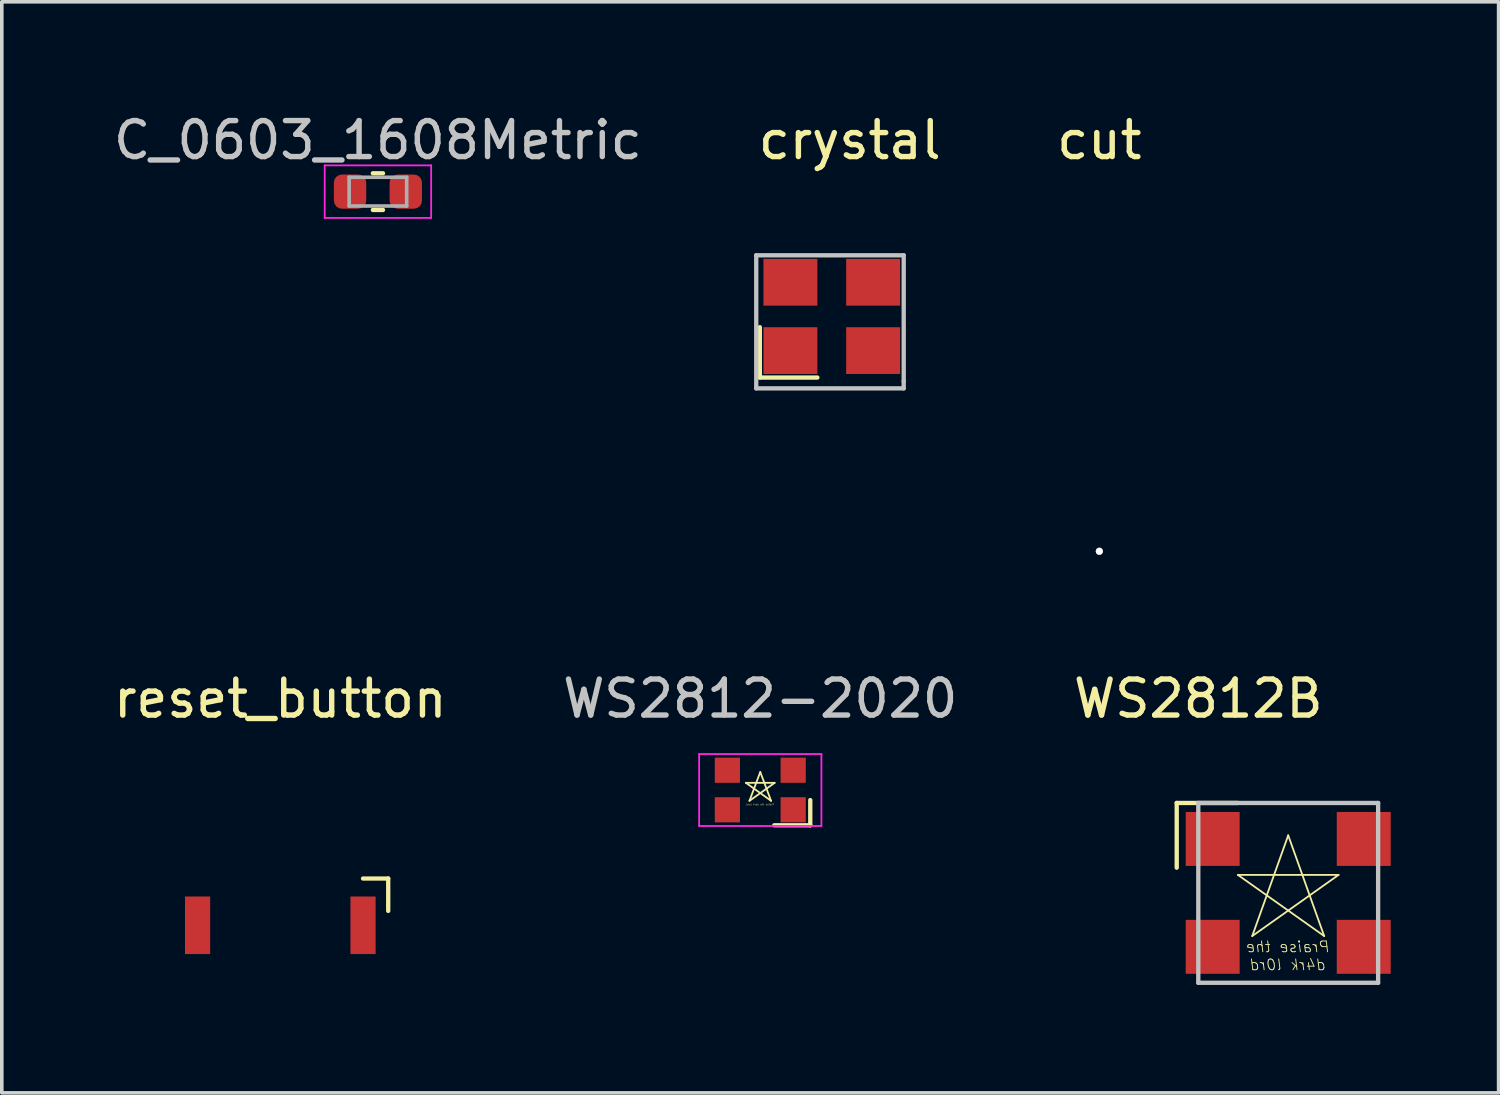
<source format=kicad_pcb>
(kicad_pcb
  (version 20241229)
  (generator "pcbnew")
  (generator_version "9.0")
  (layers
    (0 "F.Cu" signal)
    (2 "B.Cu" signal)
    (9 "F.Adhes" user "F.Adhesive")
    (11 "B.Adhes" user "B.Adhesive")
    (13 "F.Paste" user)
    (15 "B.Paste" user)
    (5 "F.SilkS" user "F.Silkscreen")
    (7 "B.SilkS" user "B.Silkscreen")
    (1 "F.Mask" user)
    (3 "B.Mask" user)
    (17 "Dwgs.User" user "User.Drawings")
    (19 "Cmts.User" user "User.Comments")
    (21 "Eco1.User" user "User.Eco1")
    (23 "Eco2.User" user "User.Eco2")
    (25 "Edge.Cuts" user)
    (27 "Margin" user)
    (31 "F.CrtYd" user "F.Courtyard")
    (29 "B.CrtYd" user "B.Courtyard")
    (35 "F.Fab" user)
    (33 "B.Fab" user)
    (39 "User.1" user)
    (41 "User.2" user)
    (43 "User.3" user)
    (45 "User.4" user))
  (footprint "C_0603_1608Metric"
    (layer "F.Cu")
    (at 7.458 2.278)
    (property "Reference" "C_0603_1608Metric" (at 0 -1.43 0) (layer "Dwgs.User") (effects (font (size 1 1) (thickness 0.15))))
    (attr smd)
    (fp_line (start -0.141 -0.51) (end 0.141 -0.51) (stroke (width 0.12) (type solid)) (layer "F.SilkS"))
    (fp_line (start -0.141 0.51) (end 0.141 0.51) (stroke (width 0.12) (type solid)) (layer "F.SilkS"))
    (fp_line (start -1.48 -0.73) (end 1.48 -0.73) (stroke (width 0.05) (type solid)) (layer "F.CrtYd"))
    (fp_line (start -1.48 0.73) (end -1.48 -0.73) (stroke (width 0.05) (type solid)) (layer "F.CrtYd"))
    (fp_line (start 1.48 -0.73) (end 1.48 0.73) (stroke (width 0.05) (type solid)) (layer "F.CrtYd"))
    (fp_line (start 1.48 0.73) (end -1.48 0.73) (stroke (width 0.05) (type solid)) (layer "F.CrtYd"))
    (fp_line (start -0.8 -0.4) (end 0.8 -0.4) (stroke (width 0.1) (type solid)) (layer "F.Fab"))
    (fp_line (start -0.8 0.4) (end -0.8 -0.4) (stroke (width 0.1) (type solid)) (layer "F.Fab"))
    (fp_line (start 0.8 -0.4) (end 0.8 0.4) (stroke (width 0.1) (type solid)) (layer "F.Fab"))
    (fp_line (start 0.8 0.4) (end -0.8 0.4) (stroke (width 0.1) (type solid)) (layer "F.Fab"))
    (pad "1" smd roundrect (at -0.775 0) (size 0.9 0.95) (layers "F.Cu" "F.Mask" "F.Paste") (roundrect_rratio 0.25))
    (pad "2" smd roundrect (at 0.775 0) (size 0.9 0.95) (layers "F.Cu" "F.Mask" "F.Paste") (roundrect_rratio 0.25)))
  (footprint "WS2812-2020"
    (layer "F.Cu")
    (at 18.089 18.916)
    (property "Reference" "WS2812-2020" (at 0 -2.54 0) (layer "Dwgs.User") (effects (font (size 1 1) (thickness 0.15))))
    (attr through_hole)
    (fp_line (start -0.4 -0.2) (end 0.3 0.3) (stroke (width 0.05) (type solid)) (layer "F.SilkS"))
    (fp_line (start -0.3 0.3) (end 0.4 -0.2) (stroke (width 0.05) (type solid)) (layer "F.SilkS"))
    (fp_line (start 0 -0.5) (end -0.3 0.3) (stroke (width 0.05) (type solid)) (layer "F.SilkS"))
    (fp_line (start 0.3 0.3) (end 0 -0.5) (stroke (width 0.05) (type solid)) (layer "F.SilkS"))
    (fp_line (start 0.4 -0.2) (end -0.4 -0.2) (stroke (width 0.05) (type solid)) (layer "F.SilkS"))
    (fp_line (start 1.39 0.28) (end 1.39 0.98) (stroke (width 0.12) (type solid)) (layer "F.SilkS"))
    (fp_line (start 1.39 0.98) (end 0.39 0.98) (stroke (width 0.12) (type solid)) (layer "F.SilkS"))
    (fp_line (start -1.7 -1) (end 1.7 -1) (stroke (width 0.05) (type solid)) (layer "F.CrtYd"))
    (fp_line (start -1.7 1) (end -1.7 -1) (stroke (width 0.05) (type solid)) (layer "F.CrtYd"))
    (fp_line (start 0 1) (end -1.7 1) (stroke (width 0.05) (type solid)) (layer "F.CrtYd"))
    (fp_line (start 1.7 -1) (end 1.7 1) (stroke (width 0.05) (type solid)) (layer "F.CrtYd"))
    (fp_line (start 1.7 1) (end 0 1) (stroke (width 0.05) (type solid)) (layer "F.CrtYd"))
    (fp_text user "Praise the dark lord" (at 0 0.4 0) (layer "F.SilkS") (effects (font (size 0.05 0.05) (thickness 0.005) (italic yes)) (justify mirror)))
    (pad "1" smd rect (at 0.915 0.55) (size 0.7 0.7) (layers "F.Cu" "F.Mask" "F.Paste"))
    (pad "2" smd rect (at 0.915 -0.55) (size 0.7 0.7) (layers "F.Cu" "F.Mask" "F.Paste"))
    (pad "3" smd rect (at -0.915 -0.55) (size 0.7 0.7) (layers "F.Cu" "F.Mask" "F.Paste"))
    (pad "4" smd rect (at -0.915 0.55) (size 0.7 0.7) (layers "F.Cu" "F.Mask" "F.Paste")))
  (footprint "crystal"
    (layer "F.Cu")
    (at 20.077 5.748)
    (property "Reference" "crystal" (at 0.5 -4.9 0) (layer "F.SilkS") (effects (font (size 1 1) (thickness 0.15))))
    (attr through_hole)
    (fp_line (start -2 0.3) (end -2 1.7) (stroke (width 0.12) (type solid)) (layer "F.SilkS"))
    (fp_line (start -2 1.7) (end -0.4 1.7) (stroke (width 0.12) (type solid)) (layer "F.SilkS"))
    (fp_line (start -2.1 -1.7) (end 2 -1.7) (stroke (width 0.12) (type solid)) (layer "Dwgs.User"))
    (fp_line (start -2.1 2) (end -2.1 -1.7) (stroke (width 0.12) (type solid)) (layer "Dwgs.User"))
    (fp_line (start 2 -1.7) (end 2 1.8) (stroke (width 0.12) (type solid)) (layer "Dwgs.User"))
    (fp_line (start 2 1.8) (end 2 2) (stroke (width 0.12) (type solid)) (layer "Dwgs.User"))
    (fp_line (start 2 2) (end -2.1 2) (stroke (width 0.12) (type solid)) (layer "Dwgs.User"))
    (pad "1" smd rect (at -1.15 0.95) (size 1.5 1.3) (layers "F.Cu" "F.Mask" "F.Paste"))
    (pad "2" smd rect (at 1.15 0.95) (size 1.5 1.3) (layers "F.Cu" "F.Mask" "F.Paste"))
    (pad "3" smd rect (at 1.15 -0.95) (size 1.5 1.3) (layers "F.Cu" "F.Mask" "F.Paste"))
    (pad "4" smd rect (at -1.15 -0.95) (size 1.5 1.3) (layers "F.Cu" "F.Mask" "F.Paste")))
  (footprint "reset_button"
    (layer "F.Cu")
    (at 4.744 22.677)
    (property "Reference" "reset_button" (at 0 -6.3 0) (layer "F.SilkS") (effects (font (size 1 1) (thickness 0.15))))
    (attr through_hole)
    (fp_line (start 3 -1.3) (end 2.3 -1.3) (stroke (width 0.12) (type solid)) (layer "F.SilkS"))
    (fp_line (start 3 -0.4) (end 3 -1.3) (stroke (width 0.12) (type solid)) (layer "F.SilkS"))
    (pad "1" smd rect (at 2.3 0) (size 0.7 1.6) (layers "F.Cu" "F.Mask" "F.Paste"))
    (pad "2" smd rect (at -2.3 0) (size 0.7 1.6) (layers "F.Cu" "F.Mask" "F.Paste")))
  (footprint "cut"
    (layer "F.Cu")
    (at 27.517 12.278)
    (property "Reference" "cut" (at 0 -11.43 0) (layer "F.SilkS") (effects (font (size 1 1) (thickness 0.15))))
    (attr through_hole)
    (pad "1" thru_hole circle (at 0 0) (size 0.2 0.2) (drill 0.2) (layers "*.Cu")))
  (footprint "WS2812B"
    (layer "F.Cu")
    (at 32.768 21.776)
    (property "Reference" "WS2812B" (at -2.5 -5.4 0) (unlocked yes) (layer "F.SilkS") (effects (font (size 1 1) (thickness 0.15))))
    (attr through_hole)
    (fp_line (start -3.1 -2.5) (end -1.4 -2.5) (stroke (width 0.12) (type solid)) (layer "F.SilkS"))
    (fp_line (start -3.1 -0.7) (end -3.1 -2.5) (stroke (width 0.12) (type solid)) (layer "F.SilkS"))
    (fp_line (start -1.4 -0.5) (end 1 1.2) (stroke (width 0.05) (type solid)) (layer "F.SilkS"))
    (fp_line (start -1 1.2) (end 1.4 -0.5) (stroke (width 0.05) (type solid)) (layer "F.SilkS"))
    (fp_line (start 0 -1.6) (end -1 1.2) (stroke (width 0.05) (type solid)) (layer "F.SilkS"))
    (fp_line (start 1 1.2) (end 0 -1.6) (stroke (width 0.05) (type solid)) (layer "F.SilkS"))
    (fp_line (start 1.4 -0.5) (end -1.4 -0.5) (stroke (width 0.05) (type solid)) (layer "F.SilkS"))
    (fp_line (start -2.5 -2.5) (end 2.5 -2.5) (stroke (width 0.12) (type solid)) (layer "Dwgs.User"))
    (fp_line (start -2.5 2.5) (end -2.5 -2.5) (stroke (width 0.12) (type solid)) (layer "Dwgs.User"))
    (fp_line (start -2.5 2.5) (end 2.5 2.5) (stroke (width 0.12) (type solid)) (layer "Dwgs.User"))
    (fp_line (start 2.5 -2.5) (end 2.5 2.5) (stroke (width 0.12) (type solid)) (layer "Dwgs.User"))
    (fp_text user "Praise the" (at 0 1.5 0) (layer "F.SilkS") (effects (font (size 0.3 0.3) (thickness 0.025) (italic yes)) (justify mirror)))
    (fp_text user "d4rk l0rd" (at 0 2 0) (layer "F.SilkS") (effects (font (size 0.3 0.3) (thickness 0.025) (italic yes)) (justify mirror)))
    (pad "1" smd rect (at -2.1 -1.5) (size 1.5 1.5) (layers "F.Cu" "F.Mask" "F.Paste"))
    (pad "2" smd rect (at -2.1 1.5) (size 1.5 1.5) (layers "F.Cu" "F.Mask" "F.Paste"))
    (pad "3" smd rect (at 2.1 1.5) (size 1.5 1.5) (layers "F.Cu" "F.Mask" "F.Paste"))
    (pad "4" smd rect (at 2.1 -1.5) (size 1.5 1.5) (layers "F.Cu" "F.Mask" "F.Paste")))
  (gr_rect
    (start -3 -3)
    (end 38.618 27.337)
    (stroke (width 0.1) (type default))
    (fill no)
    (layer "Edge.Cuts")))
</source>
